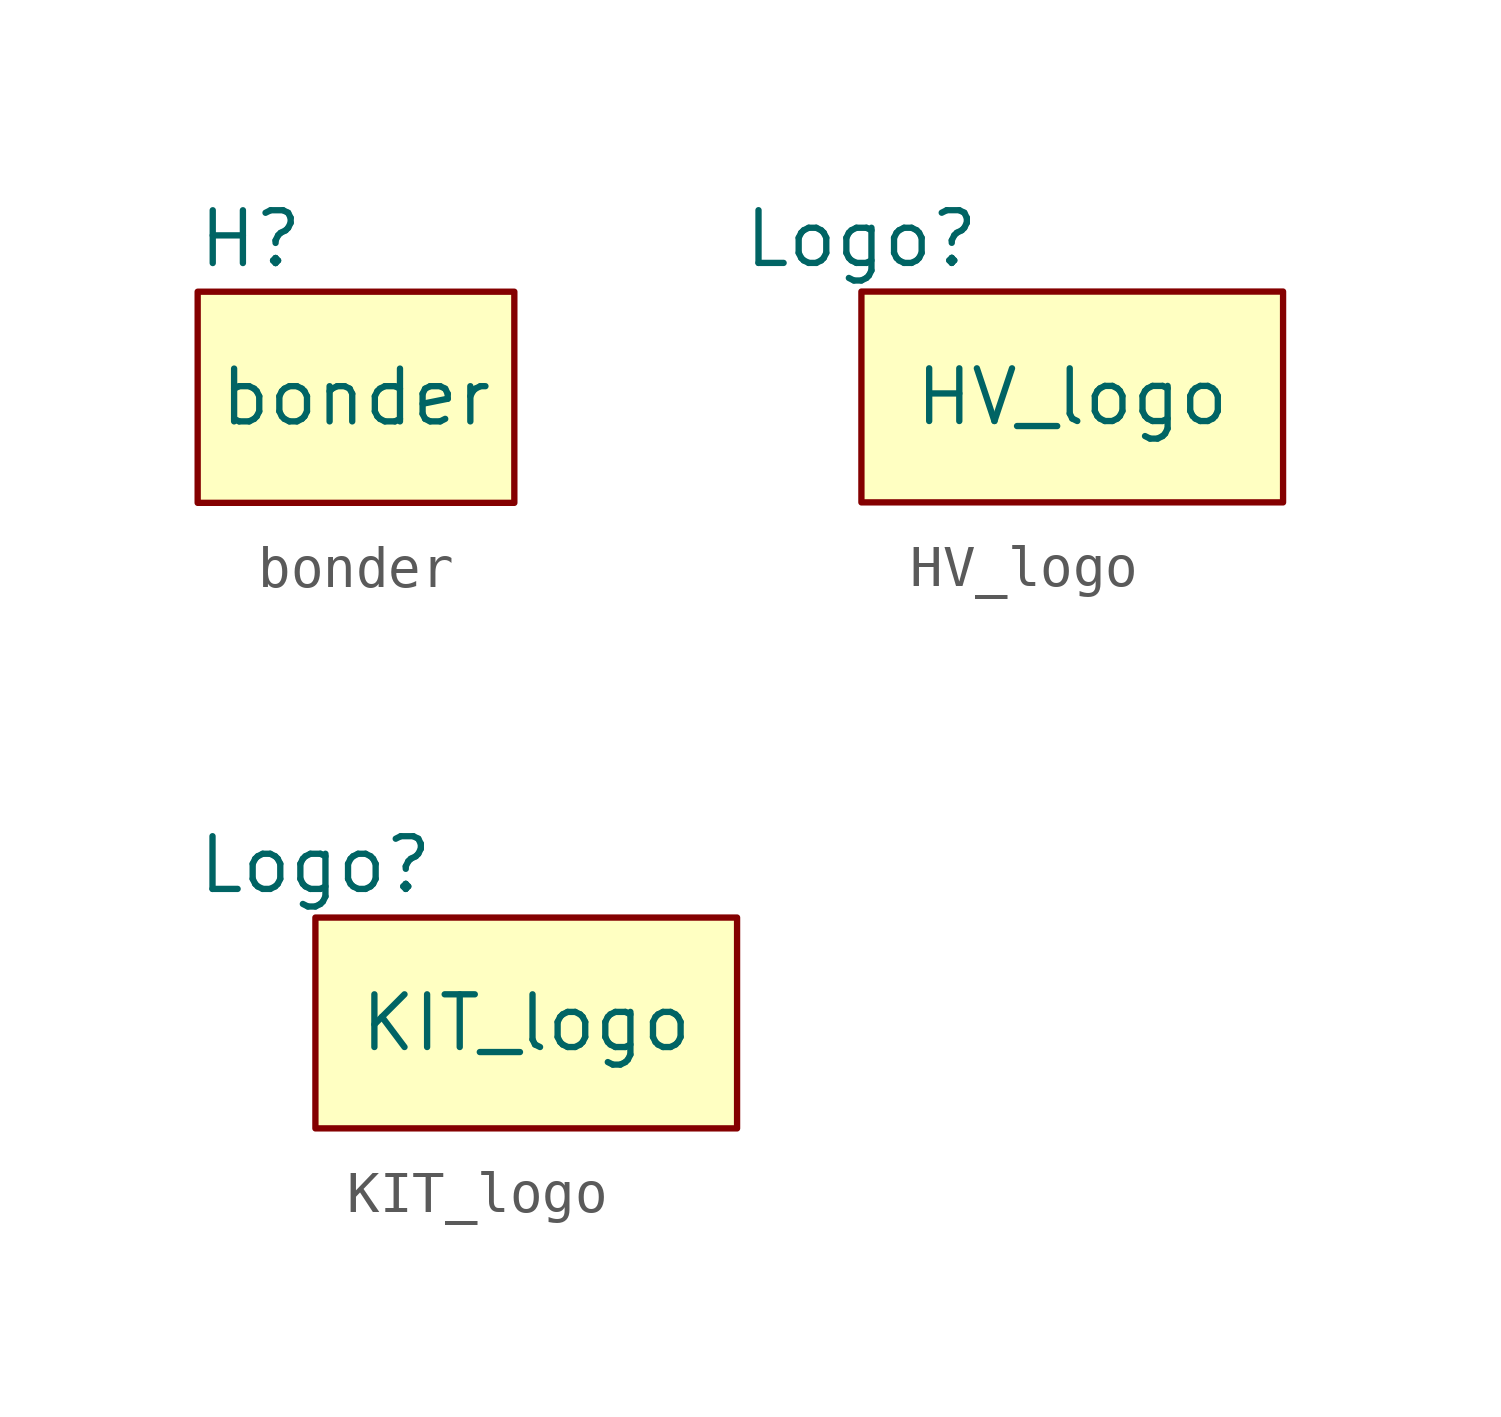
<source format=kicad_sym>
(kicad_symbol_lib
  (version 20231120)
  (generator "kicad_symbol_editor")
  (generator_version "8.0")
  (symbol "bonder"
    (pin_names
      (offset 1.016))
    (property "Reference" "H"
      (at -2.54 3.81 0)
      (effects (font (size 1.27 1.27))))
    (property "Value" "bonder"
      (at 0 0 0)
      (effects (font (size 1.27 1.27))))
    (symbol "bonder_0_1"
      (rectangle (start -3.81 2.54) (end 3.81 -2.54) (stroke (width 0) (type default)) (fill (type background)))))
  (symbol "HV_logo"
    (pin_names
      (offset 1.016))
    (property "Reference" "Logo"
      (at -5.08 3.81 0)
      (effects (font (size 1.27 1.27))))
    (property "Value" "HV_logo"
      (at 0 0 0)
      (effects (font (size 1.27 1.27))))
    (symbol "HV_logo_0_1"
      (rectangle (start -5.08 2.54) (end 5.08 -2.54) (stroke (width 0) (type default)) (fill (type background)))))
  (symbol "KIT_logo"
    (pin_names
      (offset 1.016))
    (property "Reference" "Logo"
      (at -5.08 3.81 0)
      (effects (font (size 1.27 1.27))))
    (property "Value" "KIT_logo"
      (at 0 0 0)
      (effects (font (size 1.27 1.27))))
    (symbol "KIT_logo_0_1"
      (rectangle (start -5.08 2.54) (end 5.08 -2.54) (stroke (width 0) (type default)) (fill (type background))))))
</source>
